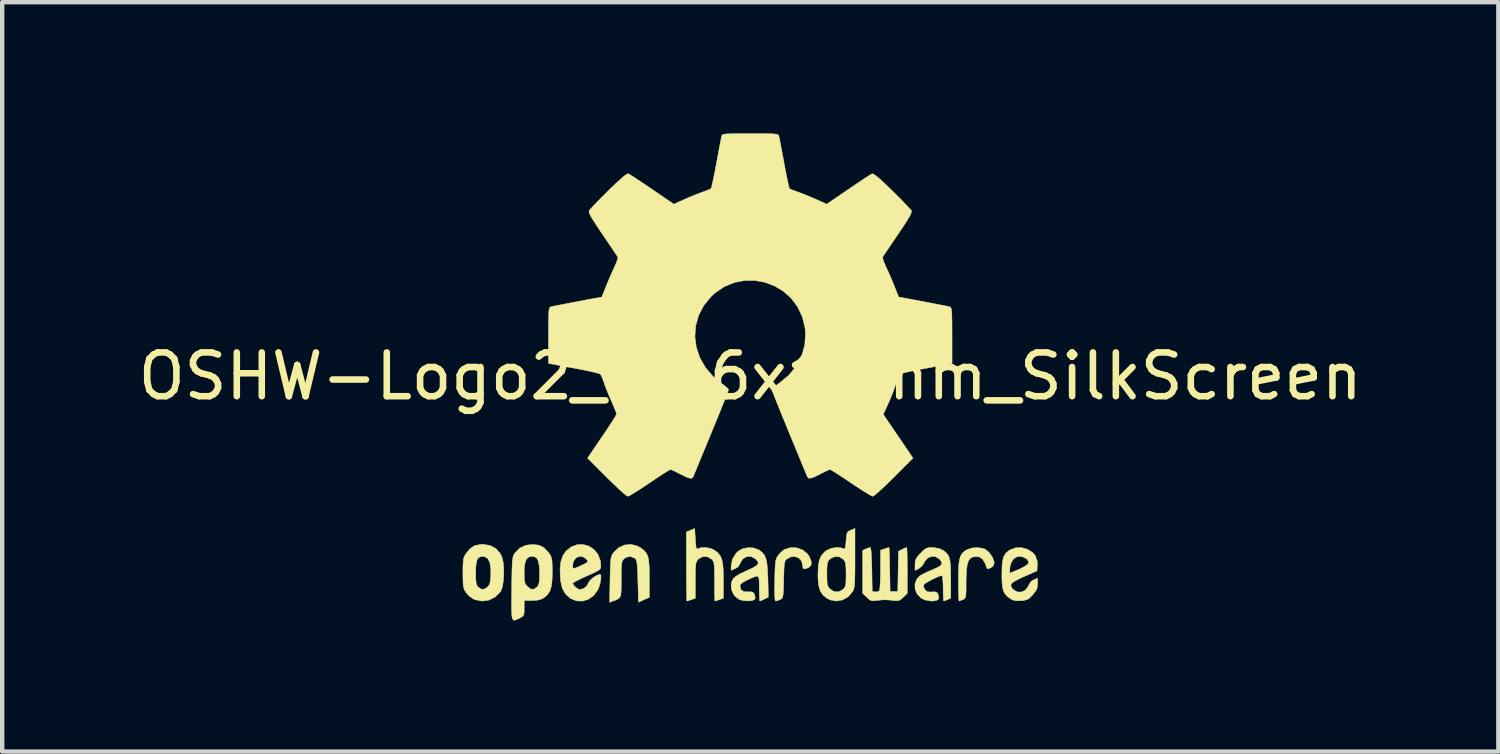
<source format=kicad_pcb>
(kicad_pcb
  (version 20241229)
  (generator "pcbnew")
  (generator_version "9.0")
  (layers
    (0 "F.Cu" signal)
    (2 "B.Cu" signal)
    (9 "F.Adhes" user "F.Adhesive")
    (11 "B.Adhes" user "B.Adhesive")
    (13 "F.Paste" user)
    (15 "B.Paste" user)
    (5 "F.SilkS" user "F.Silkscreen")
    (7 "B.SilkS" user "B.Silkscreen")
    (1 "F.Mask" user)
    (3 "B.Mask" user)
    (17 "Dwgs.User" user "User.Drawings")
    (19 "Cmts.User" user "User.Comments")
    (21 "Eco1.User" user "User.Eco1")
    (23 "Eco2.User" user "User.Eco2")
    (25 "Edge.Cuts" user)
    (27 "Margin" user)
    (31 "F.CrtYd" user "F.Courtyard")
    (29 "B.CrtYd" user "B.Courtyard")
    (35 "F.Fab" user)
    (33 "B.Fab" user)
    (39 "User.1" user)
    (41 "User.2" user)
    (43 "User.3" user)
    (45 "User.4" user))
  (footprint "OSHW-Logo2_14.6x12mm_SilkScreen"
    (layer "F.Cu")
    (at 14.101 5.552)
    (property "Reference" "OSHW-Logo2_14.6x12mm_SilkScreen" (at 0 0 0) (layer "F.SilkS") (effects (font (size 1 1) (thickness 0.15))))
    (attr board_only exclude_from_pos_files exclude_from_bom allow_missing_courtyard)
    (fp_poly (pts (xy 5.336 3.94) (xy 5.371 3.955) (xy 5.454 4.021) (xy 5.525 4.117) (xy 5.569 4.218) (xy 5.576 4.269) (xy 5.552 4.339) (xy 5.5 4.376) (xy 5.443 4.398) (xy 5.417 4.402) (xy 5.405 4.372) (xy 5.38 4.307) (xy 5.369 4.277) (xy 5.308 4.175) (xy 5.219 4.124) (xy 5.105 4.126) (xy 5.097 4.128) (xy 5.036 4.157) (xy 4.991 4.213) (xy 4.961 4.303) (xy 4.943 4.435) (xy 4.935 4.614) (xy 4.934 4.709) (xy 4.934 4.86) (xy 4.931 4.962) (xy 4.925 5.028) (xy 4.912 5.066) (xy 4.892 5.088) (xy 4.861 5.104) (xy 4.86 5.105) (xy 4.801 5.129) (xy 4.772 5.138) (xy 4.768 5.111) (xy 4.764 5.035) (xy 4.761 4.92) (xy 4.759 4.775) (xy 4.759 4.67) (xy 4.761 4.466) (xy 4.767 4.311) (xy 4.782 4.196) (xy 4.806 4.113) (xy 4.842 4.051) (xy 4.893 4.003) (xy 4.943 3.969) (xy 5.063 3.925) (xy 5.204 3.915) (xy 5.336 3.94)) (stroke (width 0.01) (type solid)) (fill yes) (layer "F.SilkS"))
    (fp_poly (pts (xy -2.583 3.878) (xy -2.489 3.932) (xy -2.424 3.986) (xy -2.376 4.042) (xy -2.343 4.111) (xy -2.323 4.202) (xy -2.311 4.327) (xy -2.307 4.493) (xy -2.306 4.613) (xy -2.306 5.054) (xy -2.431 5.109) (xy -2.555 5.165) (xy -2.569 4.682) (xy -2.575 4.502) (xy -2.582 4.371) (xy -2.589 4.281) (xy -2.6 4.222) (xy -2.614 4.185) (xy -2.634 4.163) (xy -2.64 4.158) (xy -2.736 4.12) (xy -2.833 4.135) (xy -2.89 4.175) (xy -2.914 4.203) (xy -2.93 4.241) (xy -2.94 4.297) (xy -2.946 4.383) (xy -2.948 4.51) (xy -2.949 4.641) (xy -2.949 4.806) (xy -2.952 4.923) (xy -2.961 5.002) (xy -2.981 5.052) (xy -3.015 5.086) (xy -3.068 5.112) (xy -3.138 5.138) (xy -3.215 5.168) (xy -3.206 4.649) (xy -3.202 4.463) (xy -3.198 4.324) (xy -3.192 4.226) (xy -3.183 4.156) (xy -3.169 4.107) (xy -3.15 4.067) (xy -3.127 4.033) (xy -3.015 3.922) (xy -2.878 3.858) (xy -2.73 3.842) (xy -2.583 3.878)) (stroke (width 0.01) (type solid)) (fill yes) (layer "F.SilkS"))
    (fp_poly (pts (xy 1.066 3.922) (xy 1.199 3.971) (xy 1.306 4.057) (xy 1.348 4.118) (xy 1.394 4.23) (xy 1.393 4.311) (xy 1.345 4.365) (xy 1.327 4.375) (xy 1.25 4.403) (xy 1.211 4.396) (xy 1.198 4.348) (xy 1.197 4.321) (xy 1.173 4.223) (xy 1.109 4.154) (xy 1.021 4.12) (xy 0.923 4.129) (xy 0.843 4.172) (xy 0.816 4.197) (xy 0.796 4.227) (xy 0.783 4.273) (xy 0.775 4.343) (xy 0.77 4.45) (xy 0.765 4.602) (xy 0.764 4.65) (xy 0.76 4.815) (xy 0.756 4.931) (xy 0.749 5.008) (xy 0.738 5.055) (xy 0.722 5.082) (xy 0.698 5.098) (xy 0.683 5.105) (xy 0.618 5.13) (xy 0.58 5.138) (xy 0.567 5.111) (xy 0.559 5.029) (xy 0.556 4.89) (xy 0.558 4.694) (xy 0.559 4.664) (xy 0.563 4.485) (xy 0.569 4.355) (xy 0.576 4.262) (xy 0.587 4.198) (xy 0.603 4.151) (xy 0.626 4.111) (xy 0.637 4.094) (xy 0.705 4.019) (xy 0.78 3.961) (xy 0.789 3.956) (xy 0.924 3.915) (xy 1.066 3.922)) (stroke (width 0.01) (type solid)) (fill yes) (layer "F.SilkS"))
    (fp_poly (pts (xy 3.58 3.94) (xy 3.585 4.017) (xy 3.588 4.133) (xy 3.59 4.281) (xy 3.591 4.435) (xy 3.591 4.959) (xy 3.499 5.051) (xy 3.435 5.108) (xy 3.379 5.131) (xy 3.303 5.13) (xy 3.272 5.126) (xy 3.178 5.115) (xy 3.099 5.109) (xy 3.08 5.108) (xy 3.016 5.112) (xy 2.924 5.121) (xy 2.888 5.126) (xy 2.8 5.133) (xy 2.741 5.118) (xy 2.683 5.072) (xy 2.662 5.051) (xy 2.569 4.959) (xy 2.569 3.98) (xy 2.644 3.946) (xy 2.708 3.921) (xy 2.745 3.912) (xy 2.755 3.94) (xy 2.764 4.018) (xy 2.771 4.136) (xy 2.777 4.288) (xy 2.78 4.416) (xy 2.788 4.919) (xy 2.858 4.929) (xy 2.921 4.922) (xy 2.952 4.9) (xy 2.961 4.858) (xy 2.968 4.77) (xy 2.974 4.645) (xy 2.977 4.496) (xy 2.977 4.419) (xy 2.978 3.976) (xy 3.07 3.944) (xy 3.135 3.922) (xy 3.17 3.912) (xy 3.171 3.912) (xy 3.175 3.94) (xy 3.179 4.016) (xy 3.183 4.133) (xy 3.186 4.279) (xy 3.189 4.416) (xy 3.197 4.919) (xy 3.372 4.919) (xy 3.38 4.46) (xy 3.388 4.001) (xy 3.474 3.956) (xy 3.537 3.926) (xy 3.574 3.912) (xy 3.575 3.912) (xy 3.58 3.94)) (stroke (width 0.01) (type solid)) (fill yes) (layer "F.SilkS"))
    (fp_poly (pts (xy -1.255 3.724) (xy -1.247 3.843) (xy -1.237 3.914) (xy -1.223 3.944) (xy -1.203 3.945) (xy -1.197 3.941) (xy -1.111 3.914) (xy -0.999 3.916) (xy -0.886 3.943) (xy -0.814 3.978) (xy -0.742 4.035) (xy -0.688 4.099) (xy -0.652 4.18) (xy -0.629 4.288) (xy -0.617 4.433) (xy -0.613 4.624) (xy -0.613 4.661) (xy -0.613 5.074) (xy -0.705 5.106) (xy -0.77 5.128) (xy -0.806 5.138) (xy -0.807 5.138) (xy -0.811 5.111) (xy -0.814 5.035) (xy -0.816 4.921) (xy -0.817 4.778) (xy -0.817 4.691) (xy -0.818 4.52) (xy -0.82 4.397) (xy -0.825 4.313) (xy -0.834 4.258) (xy -0.849 4.221) (xy -0.871 4.193) (xy -0.885 4.18) (xy -0.979 4.126) (xy -1.082 4.122) (xy -1.175 4.168) (xy -1.192 4.184) (xy -1.217 4.215) (xy -1.235 4.252) (xy -1.246 4.304) (xy -1.252 4.384) (xy -1.255 4.501) (xy -1.255 4.663) (xy -1.255 5.074) (xy -1.347 5.106) (xy -1.413 5.128) (xy -1.448 5.138) (xy -1.45 5.138) (xy -1.452 5.11) (xy -1.455 5.032) (xy -1.457 4.909) (xy -1.458 4.751) (xy -1.459 4.565) (xy -1.46 4.358) (xy -1.46 4.349) (xy -1.46 3.559) (xy -1.365 3.519) (xy -1.27 3.479) (xy -1.255 3.724)) (stroke (width 0.01) (type solid)) (fill yes) (layer "F.SilkS"))
    (fp_poly (pts (xy -5.952 3.866) (xy -5.815 3.938) (xy -5.714 4.054) (xy -5.678 4.128) (xy -5.65 4.24) (xy -5.636 4.381) (xy -5.635 4.535) (xy -5.645 4.686) (xy -5.668 4.816) (xy -5.701 4.91) (xy -5.711 4.926) (xy -5.833 5.046) (xy -5.977 5.118) (xy -6.133 5.139) (xy -6.291 5.107) (xy -6.335 5.087) (xy -6.42 5.027) (xy -6.496 4.947) (xy -6.503 4.937) (xy -6.532 4.888) (xy -6.551 4.836) (xy -6.562 4.767) (xy -6.567 4.669) (xy -6.569 4.528) (xy -6.569 4.496) (xy -6.569 4.486) (xy -6.277 4.486) (xy -6.275 4.619) (xy -6.269 4.708) (xy -6.255 4.765) (xy -6.231 4.804) (xy -6.219 4.817) (xy -6.149 4.867) (xy -6.081 4.865) (xy -6.012 4.822) (xy -5.971 4.775) (xy -5.947 4.708) (xy -5.934 4.601) (xy -5.933 4.589) (xy -5.93 4.396) (xy -5.955 4.253) (xy -6.005 4.16) (xy -6.082 4.119) (xy -6.109 4.117) (xy -6.181 4.128) (xy -6.23 4.167) (xy -6.26 4.242) (xy -6.274 4.361) (xy -6.277 4.486) (xy -6.569 4.486) (xy -6.568 4.346) (xy -6.563 4.241) (xy -6.553 4.168) (xy -6.536 4.114) (xy -6.509 4.067) (xy -6.503 4.058) (xy -6.404 3.939) (xy -6.296 3.87) (xy -6.164 3.843) (xy -6.119 3.841) (xy -5.952 3.866)) (stroke (width 0.01) (type solid)) (fill yes) (layer "F.SilkS"))
    (fp_poly (pts (xy 6.343 3.957) (xy 6.459 4.032) (xy 6.515 4.1) (xy 6.559 4.222) (xy 6.562 4.319) (xy 6.554 4.449) (xy 6.255 4.58) (xy 6.11 4.647) (xy 6.015 4.701) (xy 5.965 4.747) (xy 5.957 4.793) (xy 5.984 4.843) (xy 6.014 4.876) (xy 6.102 4.929) (xy 6.198 4.932) (xy 6.286 4.891) (xy 6.351 4.809) (xy 6.362 4.78) (xy 6.418 4.69) (xy 6.482 4.651) (xy 6.569 4.618) (xy 6.569 4.743) (xy 6.561 4.828) (xy 6.531 4.9) (xy 6.468 4.982) (xy 6.458 4.993) (xy 6.388 5.066) (xy 6.327 5.106) (xy 6.251 5.124) (xy 6.188 5.13) (xy 6.075 5.131) (xy 5.995 5.113) (xy 5.945 5.085) (xy 5.867 5.024) (xy 5.812 4.958) (xy 5.778 4.874) (xy 5.759 4.762) (xy 5.752 4.609) (xy 5.752 4.531) (xy 5.754 4.438) (xy 5.93 4.438) (xy 5.932 4.488) (xy 5.937 4.496) (xy 5.971 4.485) (xy 6.043 4.455) (xy 6.14 4.414) (xy 6.16 4.405) (xy 6.282 4.342) (xy 6.35 4.288) (xy 6.364 4.237) (xy 6.329 4.185) (xy 6.3 4.162) (xy 6.194 4.116) (xy 6.095 4.124) (xy 6.013 4.18) (xy 5.956 4.279) (xy 5.937 4.357) (xy 5.93 4.438) (xy 5.754 4.438) (xy 5.755 4.349) (xy 5.769 4.215) (xy 5.797 4.117) (xy 5.842 4.045) (xy 5.907 3.988) (xy 5.935 3.969) (xy 6.065 3.921) (xy 6.206 3.918) (xy 6.343 3.957)) (stroke (width 0.01) (type solid)) (fill yes) (layer "F.SilkS"))
    (fp_poly (pts (xy 2.394 4.154) (xy 2.394 4.373) (xy 2.392 4.541) (xy 2.389 4.666) (xy 2.384 4.757) (xy 2.375 4.822) (xy 2.364 4.869) (xy 2.348 4.906) (xy 2.336 4.927) (xy 2.236 5.041) (xy 2.111 5.112) (xy 1.971 5.138) (xy 1.832 5.114) (xy 1.749 5.072) (xy 1.662 4.999) (xy 1.602 4.911) (xy 1.566 4.794) (xy 1.55 4.639) (xy 1.547 4.525) (xy 1.548 4.517) (xy 1.752 4.517) (xy 1.753 4.648) (xy 1.759 4.734) (xy 1.772 4.791) (xy 1.795 4.832) (xy 1.823 4.862) (xy 1.918 4.922) (xy 2.019 4.927) (xy 2.115 4.877) (xy 2.122 4.871) (xy 2.154 4.836) (xy 2.174 4.794) (xy 2.185 4.732) (xy 2.189 4.636) (xy 2.19 4.529) (xy 2.188 4.396) (xy 2.182 4.307) (xy 2.169 4.248) (xy 2.145 4.206) (xy 2.126 4.184) (xy 2.038 4.128) (xy 1.936 4.121) (xy 1.838 4.164) (xy 1.819 4.18) (xy 1.787 4.215) (xy 1.767 4.258) (xy 1.757 4.32) (xy 1.752 4.417) (xy 1.752 4.517) (xy 1.548 4.517) (xy 1.555 4.342) (xy 1.578 4.204) (xy 1.624 4.101) (xy 1.694 4.02) (xy 1.749 3.978) (xy 1.848 3.934) (xy 1.964 3.913) (xy 2.071 3.919) (xy 2.131 3.941) (xy 2.155 3.947) (xy 2.17 3.924) (xy 2.181 3.86) (xy 2.19 3.763) (xy 2.199 3.655) (xy 2.211 3.589) (xy 2.234 3.552) (xy 2.274 3.528) (xy 2.299 3.517) (xy 2.394 3.477) (xy 2.394 4.154)) (stroke (width 0.01) (type solid)) (fill yes) (layer "F.SilkS"))
    (fp_poly (pts (xy -3.684 3.885) (xy -3.569 3.962) (xy -3.48 4.074) (xy -3.427 4.216) (xy -3.417 4.321) (xy -3.418 4.365) (xy -3.428 4.398) (xy -3.456 4.428) (xy -3.511 4.461) (xy -3.601 4.505) (xy -3.736 4.565) (xy -3.737 4.565) (xy -3.861 4.622) (xy -3.963 4.673) (xy -4.032 4.711) (xy -4.058 4.733) (xy -4.058 4.733) (xy -4.035 4.78) (xy -3.982 4.831) (xy -3.921 4.868) (xy -3.889 4.876) (xy -3.805 4.85) (xy -3.732 4.786) (xy -3.696 4.716) (xy -3.662 4.664) (xy -3.595 4.605) (xy -3.516 4.554) (xy -3.446 4.527) (xy -3.432 4.525) (xy -3.415 4.55) (xy -3.414 4.614) (xy -3.426 4.701) (xy -3.449 4.793) (xy -3.48 4.873) (xy -3.482 4.877) (xy -3.575 5.007) (xy -3.696 5.095) (xy -3.833 5.139) (xy -3.975 5.134) (xy -4.112 5.077) (xy -4.118 5.073) (xy -4.225 4.975) (xy -4.296 4.848) (xy -4.335 4.682) (xy -4.34 4.635) (xy -4.349 4.413) (xy -4.338 4.31) (xy -4.058 4.31) (xy -4.055 4.375) (xy -4.035 4.393) (xy -3.985 4.379) (xy -3.907 4.346) (xy -3.819 4.304) (xy -3.817 4.303) (xy -3.743 4.264) (xy -3.713 4.238) (xy -3.721 4.211) (xy -3.751 4.175) (xy -3.83 4.123) (xy -3.915 4.119) (xy -3.991 4.157) (xy -4.043 4.23) (xy -4.058 4.31) (xy -4.338 4.31) (xy -4.33 4.236) (xy -4.281 4.096) (xy -4.213 3.997) (xy -4.09 3.898) (xy -3.954 3.849) (xy -3.816 3.846) (xy -3.684 3.885)) (stroke (width 0.01) (type solid)) (fill yes) (layer "F.SilkS"))
    (fp_poly (pts (xy 0.08 3.924) (xy 0.194 3.967) (xy 0.196 3.968) (xy 0.266 4.02) (xy 0.319 4.081) (xy 0.355 4.16) (xy 0.38 4.267) (xy 0.394 4.413) (xy 0.403 4.605) (xy 0.404 4.633) (xy 0.414 5.047) (xy 0.325 5.092) (xy 0.261 5.123) (xy 0.222 5.138) (xy 0.22 5.138) (xy 0.214 5.111) (xy 0.208 5.038) (xy 0.205 4.931) (xy 0.204 4.844) (xy 0.204 4.704) (xy 0.198 4.616) (xy 0.176 4.574) (xy 0.128 4.572) (xy 0.045 4.604) (xy -0.08 4.662) (xy -0.172 4.711) (xy -0.22 4.753) (xy -0.234 4.799) (xy -0.234 4.801) (xy -0.211 4.88) (xy -0.143 4.923) (xy -0.039 4.929) (xy 0.036 4.928) (xy 0.076 4.95) (xy 0.1 5.002) (xy 0.115 5.068) (xy 0.094 5.105) (xy 0.087 5.11) (xy 0.014 5.132) (xy -0.087 5.135) (xy -0.192 5.121) (xy -0.266 5.095) (xy -0.368 5.008) (xy -0.426 4.887) (xy -0.438 4.792) (xy -0.429 4.707) (xy -0.397 4.637) (xy -0.334 4.576) (xy -0.232 4.514) (xy -0.082 4.444) (xy -0.073 4.44) (xy 0.062 4.378) (xy 0.145 4.326) (xy 0.181 4.28) (xy 0.173 4.234) (xy 0.126 4.18) (xy 0.112 4.168) (xy 0.017 4.12) (xy -0.081 4.122) (xy -0.166 4.169) (xy -0.223 4.256) (xy -0.228 4.273) (xy -0.279 4.356) (xy -0.344 4.395) (xy -0.438 4.435) (xy -0.438 4.333) (xy -0.409 4.184) (xy -0.325 4.048) (xy -0.28 4.002) (xy -0.18 3.944) (xy -0.052 3.917) (xy 0.08 3.924)) (stroke (width 0.01) (type solid)) (fill yes) (layer "F.SilkS"))
    (fp_poly (pts (xy -4.828 3.862) (xy -4.717 3.918) (xy -4.618 4.02) (xy -4.591 4.058) (xy -4.561 4.107) (xy -4.542 4.161) (xy -4.531 4.233) (xy -4.526 4.337) (xy -4.525 4.474) (xy -4.53 4.662) (xy -4.547 4.803) (xy -4.58 4.908) (xy -4.632 4.988) (xy -4.706 5.055) (xy -4.711 5.059) (xy -4.785 5.099) (xy -4.873 5.119) (xy -4.985 5.124) (xy -5.167 5.124) (xy -5.168 5.301) (xy -5.169 5.399) (xy -5.18 5.457) (xy -5.207 5.492) (xy -5.258 5.521) (xy -5.271 5.527) (xy -5.329 5.555) (xy -5.374 5.573) (xy -5.407 5.574) (xy -5.431 5.554) (xy -5.446 5.506) (xy -5.454 5.424) (xy -5.458 5.303) (xy -5.457 5.136) (xy -5.454 4.919) (xy -5.454 4.854) (xy -5.451 4.63) (xy -5.448 4.483) (xy -5.168 4.483) (xy -5.166 4.607) (xy -5.159 4.689) (xy -5.143 4.743) (xy -5.115 4.784) (xy -5.096 4.804) (xy -5.018 4.863) (xy -4.949 4.868) (xy -4.877 4.819) (xy -4.876 4.817) (xy -4.847 4.78) (xy -4.829 4.728) (xy -4.82 4.65) (xy -4.817 4.529) (xy -4.817 4.503) (xy -4.824 4.337) (xy -4.846 4.222) (xy -4.885 4.151) (xy -4.945 4.12) (xy -4.979 4.117) (xy -5.061 4.131) (xy -5.118 4.181) (xy -5.151 4.27) (xy -5.166 4.407) (xy -5.168 4.483) (xy -5.448 4.483) (xy -5.448 4.456) (xy -5.444 4.325) (xy -5.438 4.23) (xy -5.43 4.162) (xy -5.419 4.115) (xy -5.404 4.079) (xy -5.385 4.048) (xy -5.377 4.036) (xy -5.267 3.925) (xy -5.129 3.862) (xy -4.968 3.844) (xy -4.828 3.862)) (stroke (width 0.01) (type solid)) (fill yes) (layer "F.SilkS"))
    (fp_poly (pts (xy 4.314 3.935) (xy 4.398 3.973) (xy 4.464 4.02) (xy 4.513 4.072) (xy 4.546 4.138) (xy 4.567 4.23) (xy 4.579 4.355) (xy 4.583 4.525) (xy 4.584 4.636) (xy 4.584 5.071) (xy 4.509 5.105) (xy 4.451 5.129) (xy 4.422 5.138) (xy 4.416 5.111) (xy 4.412 5.038) (xy 4.409 4.931) (xy 4.409 4.846) (xy 4.406 4.724) (xy 4.399 4.627) (xy 4.39 4.567) (xy 4.382 4.554) (xy 4.33 4.567) (xy 4.249 4.601) (xy 4.155 4.645) (xy 4.065 4.694) (xy 3.995 4.737) (xy 3.963 4.767) (xy 3.963 4.767) (xy 3.965 4.822) (xy 3.99 4.874) (xy 4.035 4.917) (xy 4.099 4.931) (xy 4.154 4.929) (xy 4.232 4.928) (xy 4.273 4.946) (xy 4.297 4.995) (xy 4.3 5.004) (xy 4.311 5.073) (xy 4.283 5.114) (xy 4.208 5.134) (xy 4.128 5.138) (xy 3.984 5.111) (xy 3.909 5.072) (xy 3.817 4.98) (xy 3.768 4.868) (xy 3.764 4.749) (xy 3.805 4.638) (xy 3.867 4.569) (xy 3.929 4.53) (xy 4.027 4.481) (xy 4.141 4.431) (xy 4.16 4.424) (xy 4.285 4.369) (xy 4.357 4.32) (xy 4.38 4.272) (xy 4.358 4.217) (xy 4.321 4.175) (xy 4.233 4.123) (xy 4.137 4.119) (xy 4.048 4.159) (xy 3.984 4.239) (xy 3.976 4.26) (xy 3.927 4.336) (xy 3.856 4.393) (xy 3.766 4.439) (xy 3.766 4.308) (xy 3.771 4.227) (xy 3.794 4.164) (xy 3.844 4.096) (xy 3.893 4.044) (xy 3.968 3.97) (xy 4.026 3.931) (xy 4.088 3.915) (xy 4.159 3.912) (xy 4.314 3.935)) (stroke (width 0.01) (type solid)) (fill yes) (layer "F.SilkS"))
    (fp_poly (pts (xy 0.209 -5.547) (xy 0.367 -5.546) (xy 0.481 -5.544) (xy 0.559 -5.539) (xy 0.609 -5.532) (xy 0.636 -5.521) (xy 0.65 -5.505) (xy 0.656 -5.484) (xy 0.657 -5.481) (xy 0.667 -5.433) (xy 0.686 -5.337) (xy 0.711 -5.204) (xy 0.741 -5.045) (xy 0.774 -4.868) (xy 0.775 -4.862) (xy 0.807 -4.689) (xy 0.838 -4.537) (xy 0.865 -4.413) (xy 0.885 -4.328) (xy 0.898 -4.291) (xy 0.898 -4.29) (xy 0.935 -4.272) (xy 1.011 -4.242) (xy 1.109 -4.206) (xy 1.109 -4.205) (xy 1.233 -4.159) (xy 1.379 -4.099) (xy 1.517 -4.04) (xy 1.523 -4.037) (xy 1.747 -3.935) (xy 2.244 -4.274) (xy 2.396 -4.377) (xy 2.534 -4.47) (xy 2.649 -4.546) (xy 2.735 -4.601) (xy 2.782 -4.629) (xy 2.786 -4.631) (xy 2.82 -4.621) (xy 2.884 -4.577) (xy 2.98 -4.495) (xy 3.11 -4.373) (xy 3.243 -4.244) (xy 3.372 -4.116) (xy 3.487 -4) (xy 3.581 -3.902) (xy 3.648 -3.829) (xy 3.681 -3.79) (xy 3.682 -3.788) (xy 3.686 -3.76) (xy 3.672 -3.716) (xy 3.638 -3.648) (xy 3.579 -3.551) (xy 3.493 -3.418) (xy 3.378 -3.248) (xy 3.276 -3.097) (xy 3.185 -2.963) (xy 3.11 -2.851) (xy 3.056 -2.771) (xy 3.029 -2.73) (xy 3.028 -2.727) (xy 3.031 -2.687) (xy 3.056 -2.61) (xy 3.098 -2.511) (xy 3.113 -2.479) (xy 3.178 -2.337) (xy 3.247 -2.176) (xy 3.304 -2.036) (xy 3.344 -1.933) (xy 3.377 -1.854) (xy 3.395 -1.813) (xy 3.397 -1.81) (xy 3.432 -1.805) (xy 3.513 -1.791) (xy 3.629 -1.769) (xy 3.771 -1.743) (xy 3.927 -1.713) (xy 4.087 -1.683) (xy 4.239 -1.653) (xy 4.374 -1.627) (xy 4.479 -1.606) (xy 4.546 -1.593) (xy 4.562 -1.589) (xy 4.579 -1.579) (xy 4.591 -1.557) (xy 4.6 -1.516) (xy 4.607 -1.449) (xy 4.61 -1.347) (xy 4.612 -1.204) (xy 4.613 -1.013) (xy 4.613 -0.934) (xy 4.613 -0.296) (xy 4.46 -0.266) (xy 4.374 -0.249) (xy 4.247 -0.225) (xy 4.093 -0.197) (xy 3.929 -0.167) (xy 3.883 -0.158) (xy 3.731 -0.129) (xy 3.598 -0.1) (xy 3.497 -0.074) (xy 3.437 -0.054) (xy 3.427 -0.048) (xy 3.402 -0.005) (xy 3.367 0.076) (xy 3.328 0.182) (xy 3.32 0.204) (xy 3.269 0.345) (xy 3.206 0.504) (xy 3.144 0.646) (xy 3.144 0.647) (xy 3.04 0.87) (xy 3.72 1.87) (xy 3.284 2.307) (xy 3.152 2.437) (xy 3.031 2.552) (xy 2.929 2.645) (xy 2.852 2.711) (xy 2.807 2.742) (xy 2.801 2.744) (xy 2.763 2.729) (xy 2.686 2.684) (xy 2.577 2.617) (xy 2.447 2.533) (xy 2.305 2.438) (xy 2.161 2.341) (xy 2.033 2.257) (xy 1.929 2.19) (xy 1.857 2.147) (xy 1.824 2.131) (xy 1.785 2.144) (xy 1.71 2.179) (xy 1.614 2.227) (xy 1.604 2.233) (xy 1.476 2.297) (xy 1.389 2.328) (xy 1.334 2.329) (xy 1.306 2.3) (xy 1.305 2.299) (xy 1.291 2.264) (xy 1.257 2.182) (xy 1.206 2.059) (xy 1.141 1.9) (xy 1.064 1.714) (xy 0.977 1.505) (xy 0.894 1.302) (xy 0.802 1.079) (xy 0.717 0.872) (xy 0.643 0.688) (xy 0.581 0.533) (xy 0.534 0.414) (xy 0.505 0.336) (xy 0.496 0.307) (xy 0.519 0.274) (xy 0.577 0.221) (xy 0.656 0.163) (xy 0.879 -0.022) (xy 1.053 -0.234) (xy 1.176 -0.468) (xy 1.247 -0.721) (xy 1.262 -0.987) (xy 1.251 -1.109) (xy 1.189 -1.364) (xy 1.082 -1.589) (xy 0.937 -1.782) (xy 0.76 -1.941) (xy 0.559 -2.063) (xy 0.339 -2.147) (xy 0.107 -2.19) (xy -0.13 -2.189) (xy -0.365 -2.144) (xy -0.592 -2.05) (xy -0.804 -1.907) (xy -0.892 -1.827) (xy -1.062 -1.619) (xy -1.18 -1.392) (xy -1.248 -1.153) (xy -1.265 -0.907) (xy -1.233 -0.662) (xy -1.153 -0.424) (xy -1.025 -0.2) (xy -0.851 0.003) (xy -0.656 0.163) (xy -0.574 0.224) (xy -0.517 0.276) (xy -0.496 0.307) (xy -0.507 0.342) (xy -0.538 0.423) (xy -0.586 0.546) (xy -0.649 0.704) (xy -0.725 0.891) (xy -0.81 1.099) (xy -0.894 1.302) (xy -0.986 1.526) (xy -1.072 1.733) (xy -1.148 1.917) (xy -1.212 2.072) (xy -1.262 2.192) (xy -1.294 2.27) (xy -1.306 2.299) (xy -1.334 2.329) (xy -1.388 2.329) (xy -1.476 2.297) (xy -1.603 2.233) (xy -1.604 2.233) (xy -1.701 2.183) (xy -1.778 2.147) (xy -1.822 2.131) (xy -1.824 2.131) (xy -1.857 2.147) (xy -1.93 2.191) (xy -2.035 2.258) (xy -2.163 2.342) (xy -2.305 2.438) (xy -2.45 2.535) (xy -2.58 2.619) (xy -2.688 2.686) (xy -2.764 2.729) (xy -2.801 2.744) (xy -2.835 2.724) (xy -2.902 2.669) (xy -2.997 2.584) (xy -3.112 2.475) (xy -3.242 2.349) (xy -3.284 2.307) (xy -3.72 1.87) (xy -3.388 1.382) (xy -3.287 1.233) (xy -3.198 1.098) (xy -3.127 0.987) (xy -3.078 0.907) (xy -3.056 0.865) (xy -3.056 0.862) (xy -3.067 0.823) (xy -3.098 0.744) (xy -3.143 0.639) (xy -3.174 0.568) (xy -3.233 0.433) (xy -3.289 0.296) (xy -3.332 0.181) (xy -3.343 0.146) (xy -3.376 0.052) (xy -3.409 -0.02) (xy -3.427 -0.048) (xy -3.466 -0.064) (xy -3.552 -0.088) (xy -3.673 -0.116) (xy -3.818 -0.146) (xy -3.883 -0.158) (xy -4.048 -0.189) (xy -4.206 -0.218) (xy -4.343 -0.243) (xy -4.441 -0.262) (xy -4.46 -0.266) (xy -4.613 -0.296) (xy -4.613 -0.934) (xy -4.613 -1.144) (xy -4.611 -1.303) (xy -4.608 -1.418) (xy -4.603 -1.497) (xy -4.595 -1.546) (xy -4.583 -1.573) (xy -4.568 -1.586) (xy -4.562 -1.589) (xy -4.524 -1.597) (xy -4.44 -1.614) (xy -4.321 -1.637) (xy -4.178 -1.665) (xy -4.022 -1.695) (xy -3.862 -1.725) (xy -3.711 -1.754) (xy -3.578 -1.779) (xy -3.475 -1.797) (xy -3.412 -1.808) (xy -3.397 -1.81) (xy -3.385 -1.835) (xy -3.357 -1.902) (xy -3.318 -1.999) (xy -3.304 -2.036) (xy -3.245 -2.182) (xy -3.175 -2.343) (xy -3.113 -2.479) (xy -3.067 -2.582) (xy -3.036 -2.668) (xy -3.026 -2.72) (xy -3.028 -2.727) (xy -3.049 -2.76) (xy -3.098 -2.833) (xy -3.17 -2.939) (xy -3.258 -3.07) (xy -3.359 -3.218) (xy -3.379 -3.247) (xy -3.495 -3.42) (xy -3.581 -3.552) (xy -3.639 -3.648) (xy -3.673 -3.716) (xy -3.686 -3.76) (xy -3.683 -3.787) (xy -3.683 -3.787) (xy -3.654 -3.823) (xy -3.59 -3.893) (xy -3.498 -3.988) (xy -3.385 -4.103) (xy -3.258 -4.23) (xy -3.243 -4.244) (xy -3.083 -4.399) (xy -2.959 -4.513) (xy -2.87 -4.588) (xy -2.812 -4.626) (xy -2.786 -4.631) (xy -2.749 -4.609) (xy -2.671 -4.56) (xy -2.562 -4.488) (xy -2.428 -4.399) (xy -2.279 -4.298) (xy -2.244 -4.274) (xy -1.747 -3.935) (xy -1.523 -4.037) (xy -1.387 -4.096) (xy -1.241 -4.156) (xy -1.115 -4.203) (xy -1.109 -4.205) (xy -1.011 -4.241) (xy -0.935 -4.272) (xy -0.898 -4.29) (xy -0.898 -4.29) (xy -0.886 -4.323) (xy -0.867 -4.405) (xy -0.84 -4.525) (xy -0.81 -4.676) (xy -0.777 -4.848) (xy -0.775 -4.862) (xy -0.742 -5.039) (xy -0.712 -5.199) (xy -0.686 -5.333) (xy -0.667 -5.43) (xy -0.657 -5.481) (xy -0.657 -5.481) (xy -0.651 -5.503) (xy -0.638 -5.519) (xy -0.613 -5.531) (xy -0.566 -5.539) (xy -0.492 -5.543) (xy -0.382 -5.546) (xy -0.229 -5.547) (xy -0.026 -5.547) (xy 0 -5.547) (xy 0.209 -5.547)) (stroke (width 0.01) (type solid)) (fill yes) (layer "F.SilkS")))
  (gr_rect
    (start -3 -3)
    (end 31.202 14.131)
    (stroke (width 0.1) (type default))
    (fill no)
    (layer "Edge.Cuts")))
</source>
